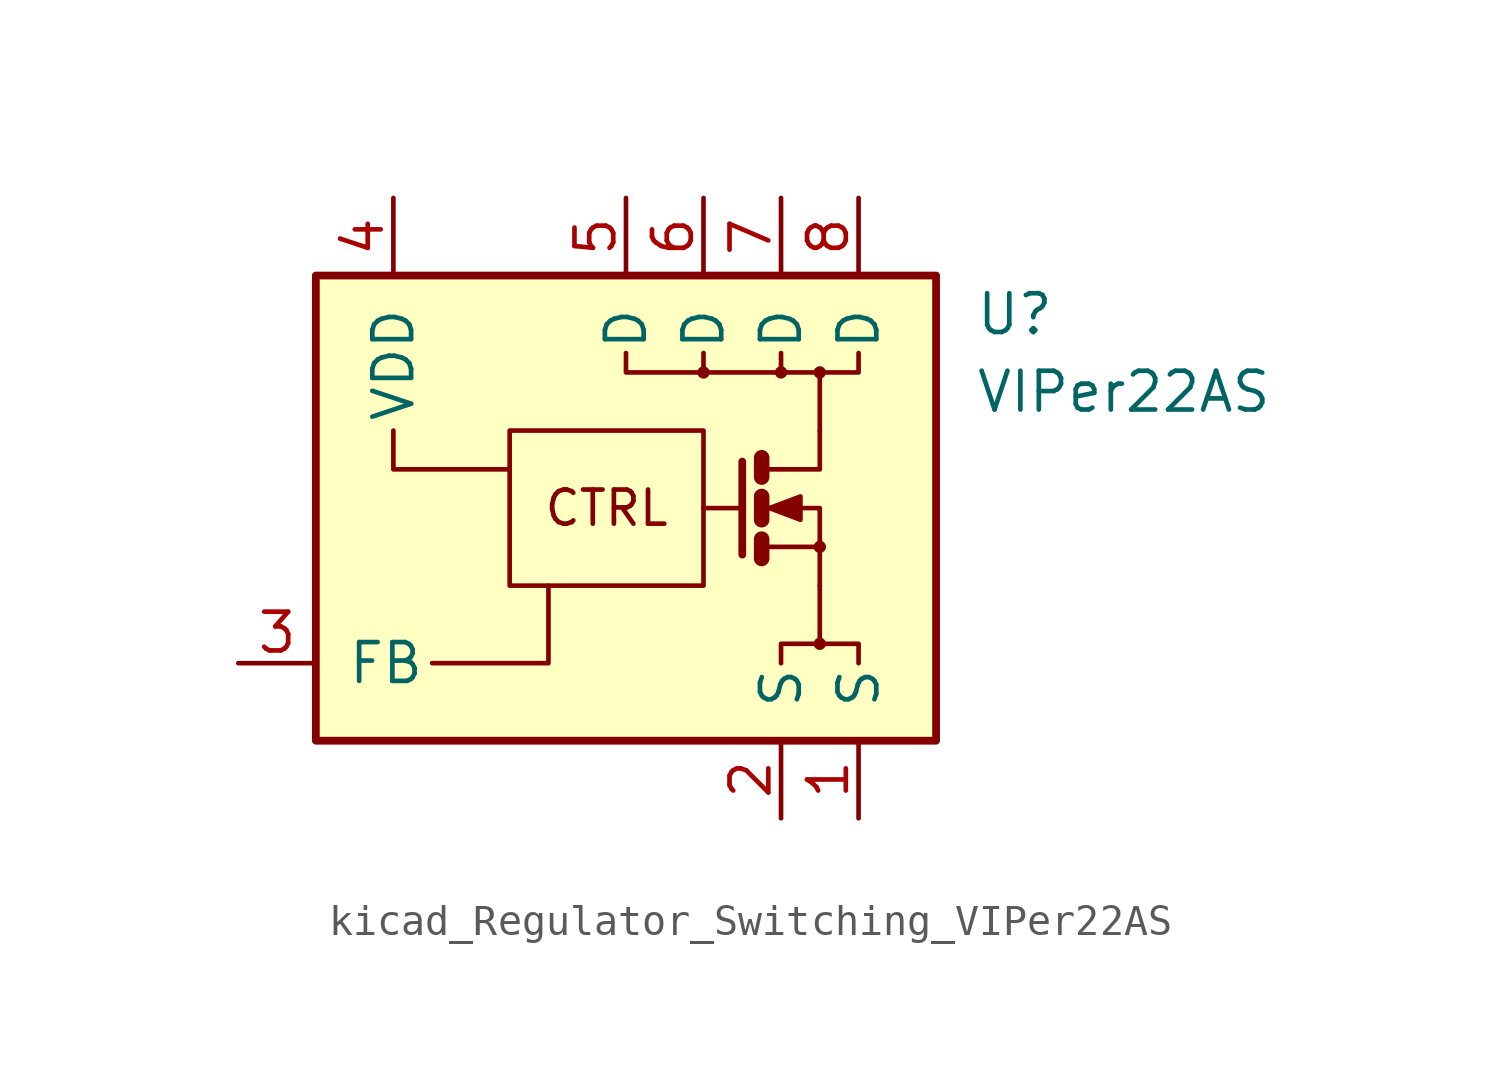
<source format=kicad_sym>
(kicad_symbol_lib
  (version 20220914)
  (generator kicad_symbol_editor)
  (symbol "kicad_Regulator_Switching_VIPer22AS"
    (pin_names
      (offset 1.016))
    (property "Reference" "U"
      (at 11.43 6.35 0)
      (effects (font (size 1.27 1.27)) (justify left)))
    (property "Value" "VIPer22AS"
      (at 11.43 3.81 0)
      (effects (font (size 1.27 1.27)) (justify left)))
    (symbol "kicad_Regulator_Switching_VIPer22AS_0_0"
      (rectangle (start -10.16 7.62) (end 10.16 -7.62) (stroke (width 0.254) (type default)) (fill (type background)))
      (polyline (pts (xy 2.54 5.08) (xy 2.54 4.445)) (stroke (width 0) (type default)) (fill (type none)))
      (polyline (pts (xy 5.08 5.08) (xy 5.08 4.445)) (stroke (width 0) (type default)) (fill (type none)))
      (polyline (pts (xy 6.35 -2.54) (xy 6.35 -4.445)) (stroke (width 0) (type default)) (fill (type none)))
      (polyline (pts (xy 6.35 2.54) (xy 6.35 4.445)) (stroke (width 0) (type default)) (fill (type none)))
      (polyline (pts (xy 0 5.08) (xy 0 4.445) (xy 7.62 4.445) (xy 7.62 5.08)) (stroke (width 0) (type default)) (fill (type none)))
      (polyline (pts (xy 5.08 -5.08) (xy 5.08 -4.445) (xy 7.62 -4.445) (xy 7.62 -5.08)) (stroke (width 0) (type default)) (fill (type none)))
      (circle (center 2.54 4.445) (radius 0.127) (stroke (width 0) (type default)) (fill (type none)))
      (circle (center 5.08 4.445) (radius 0.127) (stroke (width 0) (type default)) (fill (type none)))
      (circle (center 6.35 -4.445) (radius 0.127) (stroke (width 0) (type default)) (fill (type none)))
      (circle (center 6.35 -1.27) (radius 0.127) (stroke (width 0) (type default)) (fill (type none)))
      (circle (center 6.35 4.445) (radius 0.127) (stroke (width 0) (type default)) (fill (type none)))
      (text "CTRL" (at -0.635 0 0) (effects (font (size 1.118 1.118)))))
    (symbol "kicad_Regulator_Switching_VIPer22AS_0_1"
      (rectangle (start -3.81 2.54) (end 2.54 -2.54) (stroke (width 0) (type default)) (fill (type none)))
      (polyline (pts (xy 3.81 0) (xy 2.54 0)) (stroke (width 0) (type default)) (fill (type none)))
      (polyline (pts (xy 4.445 -1.016) (xy 4.445 -1.651)) (stroke (width 0.508) (type default)) (fill (type none)))
      (polyline (pts (xy 4.445 0.381) (xy 4.445 -0.381)) (stroke (width 0.508) (type default)) (fill (type none)))
      (polyline (pts (xy 4.445 1.651) (xy 4.445 1.016)) (stroke (width 0.508) (type default)) (fill (type none)))
      (polyline (pts (xy -7.62 2.54) (xy -7.62 1.27) (xy -3.81 1.27)) (stroke (width 0) (type default)) (fill (type none)))
      (polyline (pts (xy -6.35 -5.08) (xy -2.54 -5.08) (xy -2.54 -2.54)) (stroke (width 0) (type default)) (fill (type none)))
      (polyline (pts (xy 3.81 1.524) (xy 3.81 -1.524) (xy 3.81 -1.524)) (stroke (width 0.254) (type default)) (fill (type none)))
      (polyline (pts (xy 4.572 -1.27) (xy 6.35 -1.27) (xy 6.35 -2.54) (xy 6.35 -2.54)) (stroke (width 0) (type default)) (fill (type none)))
      (polyline (pts (xy 4.572 1.27) (xy 6.35 1.27) (xy 6.35 2.54) (xy 6.35 2.54)) (stroke (width 0) (type default)) (fill (type none)))
      (polyline (pts (xy 4.572 0) (xy 5.08 0) (xy 6.35 0) (xy 6.35 -1.27) (xy 6.35 -1.27)) (stroke (width 0) (type default)) (fill (type none)))
      (polyline (pts (xy 4.699 0) (xy 5.715 0.381) (xy 5.715 -0.381) (xy 4.699 0) (xy 4.826 0) (xy 4.826 0)) (stroke (width 0) (type default)) (fill (type outline))))
    (symbol "kicad_Regulator_Switching_VIPer22AS_1_1"
      (pin passive line (at 7.62 -10.16 90) (length 2.54) (name "S" (effects (font (size 1.27 1.27)))) (number "1" (effects (font (size 1.27 1.27)))))
      (pin passive line (at 5.08 -10.16 90) (length 2.54) (name "S" (effects (font (size 1.27 1.27)))) (number "2" (effects (font (size 1.27 1.27)))))
      (pin input line (at -12.7 -5.08 0) (length 2.54) (name "FB" (effects (font (size 1.27 1.27)))) (number "3" (effects (font (size 1.27 1.27)))))
      (pin power_in line (at -7.62 10.16 270) (length 2.54) (name "VDD" (effects (font (size 1.27 1.27)))) (number "4" (effects (font (size 1.27 1.27)))))
      (pin passive line (at 0 10.16 270) (length 2.54) (name "D" (effects (font (size 1.27 1.27)))) (number "5" (effects (font (size 1.27 1.27)))))
      (pin passive line (at 2.54 10.16 270) (length 2.54) (name "D" (effects (font (size 1.27 1.27)))) (number "6" (effects (font (size 1.27 1.27)))))
      (pin passive line (at 5.08 10.16 270) (length 2.54) (name "D" (effects (font (size 1.27 1.27)))) (number "7" (effects (font (size 1.27 1.27)))))
      (pin passive line (at 7.62 10.16 270) (length 2.54) (name "D" (effects (font (size 1.27 1.27)))) (number "8" (effects (font (size 1.27 1.27))))))))
</source>
